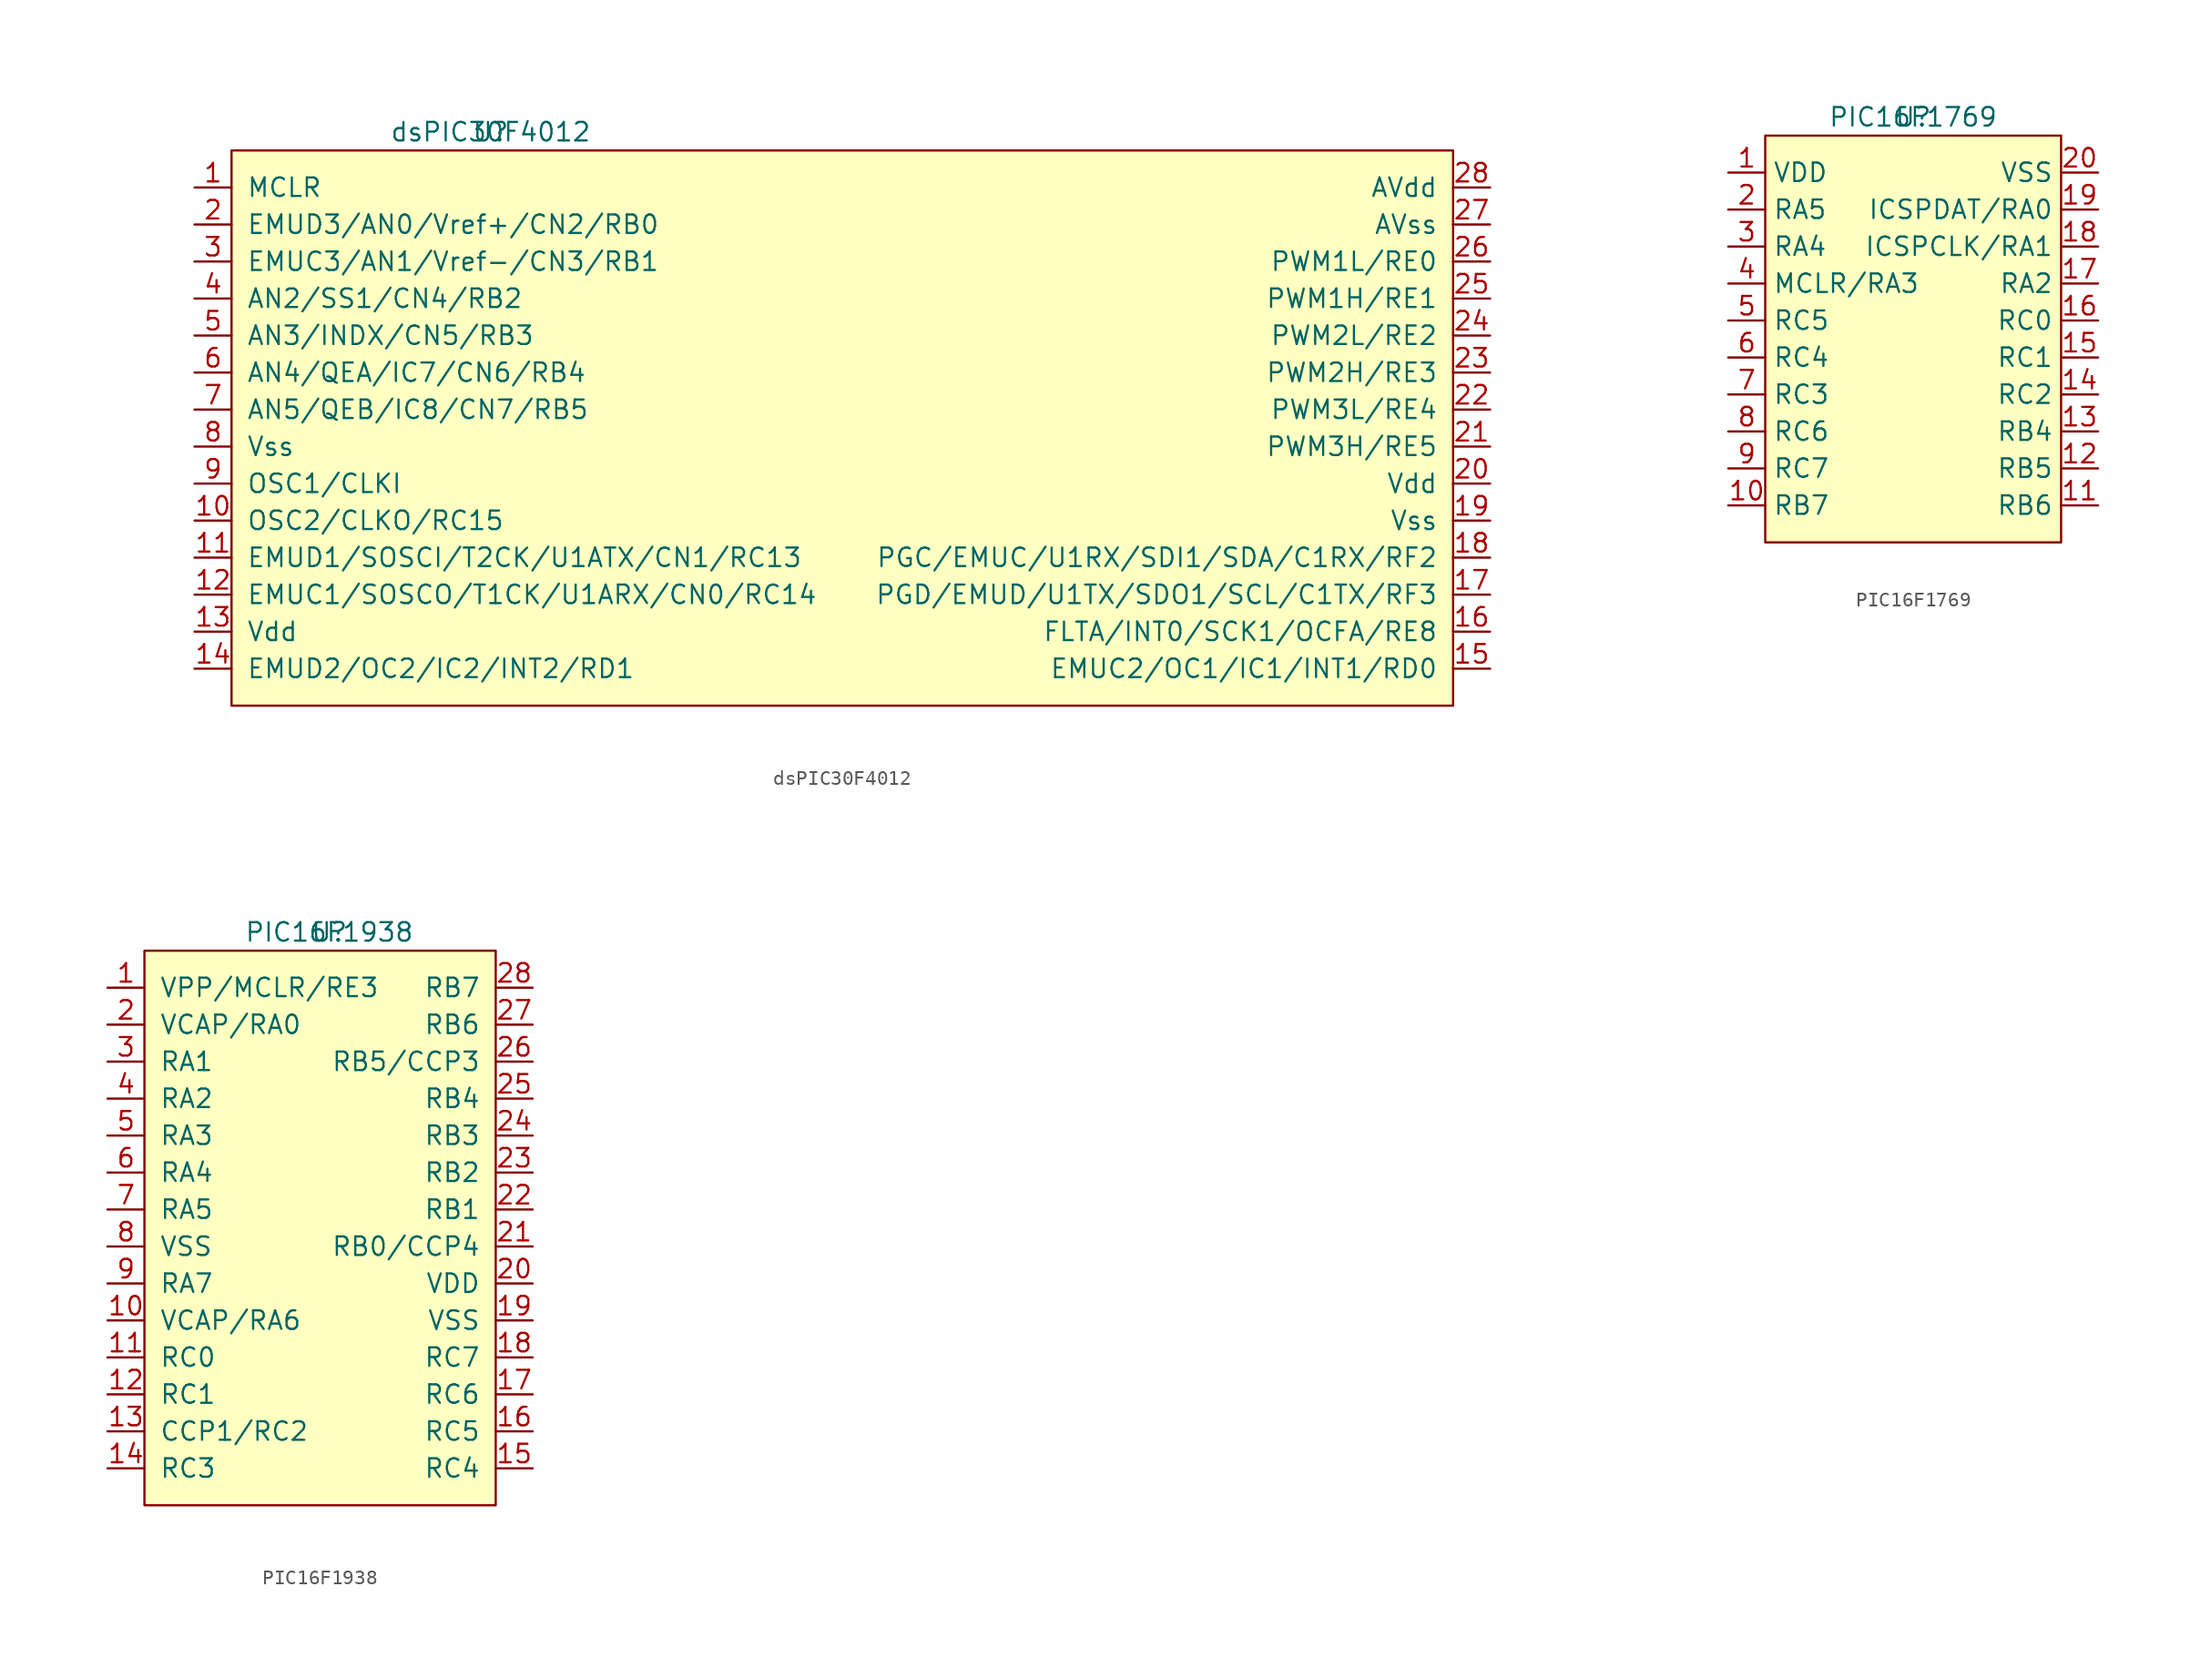
<source format=kicad_sym>
(kicad_symbol_lib
  (version 20211014)
  (generator kicad_symbol_editor)
  (symbol "dsPIC30F4012"
    (pin_names
      (offset 1.016))
    (property "Reference" "U"
      (at 0 0 0)
      (effects (font (size 1.27 1.27))))
    (property "Value" "dsPIC30F4012"
      (at 0 0 0)
      (effects (font (size 1.27 1.27))))
    (symbol "dsPIC30F4012_0_1"
      (rectangle (start -17.78 -1.27) (end 66.04 -39.37) (stroke (width 0) (type default) (color 0 0 0 0)) (fill (type background))))
    (symbol "dsPIC30F4012_1_1"
      (pin input line (at -20.32 -3.81 0) (length 2.54) (name "MCLR" (effects (font (size 1.27 1.27)))) (number "1" (effects (font (size 1.27 1.27)))))
      (pin bidirectional line (at -20.32 -26.67 0) (length 2.54) (name "OSC2/CLKO/RC15" (effects (font (size 1.27 1.27)))) (number "10" (effects (font (size 1.27 1.27)))))
      (pin bidirectional line (at -20.32 -29.21 0) (length 2.54) (name "EMUD1/SOSCI/T2CK/U1ATX/CN1/RC13" (effects (font (size 1.27 1.27)))) (number "11" (effects (font (size 1.27 1.27)))))
      (pin bidirectional line (at -20.32 -31.75 0) (length 2.54) (name "EMUC1/SOSCO/T1CK/U1ARX/CN0/RC14" (effects (font (size 1.27 1.27)))) (number "12" (effects (font (size 1.27 1.27)))))
      (pin power_in line (at -20.32 -34.29 0) (length 2.54) (name "Vdd" (effects (font (size 1.27 1.27)))) (number "13" (effects (font (size 1.27 1.27)))))
      (pin bidirectional line (at -20.32 -36.83 0) (length 2.54) (name "EMUD2/OC2/IC2/INT2/RD1" (effects (font (size 1.27 1.27)))) (number "14" (effects (font (size 1.27 1.27)))))
      (pin bidirectional line (at 68.58 -36.83 180) (length 2.54) (name "EMUC2/OC1/IC1/INT1/RD0" (effects (font (size 1.27 1.27)))) (number "15" (effects (font (size 1.27 1.27)))))
      (pin bidirectional line (at 68.58 -34.29 180) (length 2.54) (name "FLTA/INT0/SCK1/OCFA/RE8" (effects (font (size 1.27 1.27)))) (number "16" (effects (font (size 1.27 1.27)))))
      (pin bidirectional line (at 68.58 -31.75 180) (length 2.54) (name "PGD/EMUD/U1TX/SDO1/SCL/C1TX/RF3" (effects (font (size 1.27 1.27)))) (number "17" (effects (font (size 1.27 1.27)))))
      (pin bidirectional line (at 68.58 -29.21 180) (length 2.54) (name "PGC/EMUC/U1RX/SDI1/SDA/C1RX/RF2" (effects (font (size 1.27 1.27)))) (number "18" (effects (font (size 1.27 1.27)))))
      (pin power_in line (at 68.58 -26.67 180) (length 2.54) (name "Vss" (effects (font (size 1.27 1.27)))) (number "19" (effects (font (size 1.27 1.27)))))
      (pin bidirectional line (at -20.32 -6.35 0) (length 2.54) (name "EMUD3/AN0/Vref+/CN2/RB0" (effects (font (size 1.27 1.27)))) (number "2" (effects (font (size 1.27 1.27)))))
      (pin power_in line (at 68.58 -24.13 180) (length 2.54) (name "Vdd" (effects (font (size 1.27 1.27)))) (number "20" (effects (font (size 1.27 1.27)))))
      (pin bidirectional line (at 68.58 -21.59 180) (length 2.54) (name "PWM3H/RE5" (effects (font (size 1.27 1.27)))) (number "21" (effects (font (size 1.27 1.27)))))
      (pin bidirectional line (at 68.58 -19.05 180) (length 2.54) (name "PWM3L/RE4" (effects (font (size 1.27 1.27)))) (number "22" (effects (font (size 1.27 1.27)))))
      (pin bidirectional line (at 68.58 -16.51 180) (length 2.54) (name "PWM2H/RE3" (effects (font (size 1.27 1.27)))) (number "23" (effects (font (size 1.27 1.27)))))
      (pin bidirectional line (at 68.58 -13.97 180) (length 2.54) (name "PWM2L/RE2" (effects (font (size 1.27 1.27)))) (number "24" (effects (font (size 1.27 1.27)))))
      (pin bidirectional line (at 68.58 -11.43 180) (length 2.54) (name "PWM1H/RE1" (effects (font (size 1.27 1.27)))) (number "25" (effects (font (size 1.27 1.27)))))
      (pin bidirectional line (at 68.58 -8.89 180) (length 2.54) (name "PWM1L/RE0" (effects (font (size 1.27 1.27)))) (number "26" (effects (font (size 1.27 1.27)))))
      (pin power_in line (at 68.58 -6.35 180) (length 2.54) (name "AVss" (effects (font (size 1.27 1.27)))) (number "27" (effects (font (size 1.27 1.27)))))
      (pin power_in line (at 68.58 -3.81 180) (length 2.54) (name "AVdd" (effects (font (size 1.27 1.27)))) (number "28" (effects (font (size 1.27 1.27)))))
      (pin bidirectional line (at -20.32 -8.89 0) (length 2.54) (name "EMUC3/AN1/Vref-/CN3/RB1" (effects (font (size 1.27 1.27)))) (number "3" (effects (font (size 1.27 1.27)))))
      (pin bidirectional line (at -20.32 -11.43 0) (length 2.54) (name "AN2/SS1/CN4/RB2" (effects (font (size 1.27 1.27)))) (number "4" (effects (font (size 1.27 1.27)))))
      (pin bidirectional line (at -20.32 -13.97 0) (length 2.54) (name "AN3/INDX/CN5/RB3" (effects (font (size 1.27 1.27)))) (number "5" (effects (font (size 1.27 1.27)))))
      (pin bidirectional line (at -20.32 -16.51 0) (length 2.54) (name "AN4/QEA/IC7/CN6/RB4" (effects (font (size 1.27 1.27)))) (number "6" (effects (font (size 1.27 1.27)))))
      (pin bidirectional line (at -20.32 -19.05 0) (length 2.54) (name "AN5/QEB/IC8/CN7/RB5" (effects (font (size 1.27 1.27)))) (number "7" (effects (font (size 1.27 1.27)))))
      (pin power_in line (at -20.32 -21.59 0) (length 2.54) (name "Vss" (effects (font (size 1.27 1.27)))) (number "8" (effects (font (size 1.27 1.27)))))
      (pin input line (at -20.32 -24.13 0) (length 2.54) (name "OSC1/CLKI" (effects (font (size 1.27 1.27)))) (number "9" (effects (font (size 1.27 1.27)))))))
  (symbol "PIC16F1769"
    (property "Reference" "U"
      (at 0 0 0)
      (effects (font (size 1.27 1.27))))
    (property "Value" "PIC16F1769"
      (at 0 0 0)
      (effects (font (size 1.27 1.27))))
    (symbol "PIC16F1769_0_1"
      (rectangle (start -10.16 -1.27) (end 10.16 -29.21) (stroke (width 0) (type default) (color 0 0 0 0)) (fill (type background))))
    (symbol "PIC16F1769_1_1"
      (pin power_in line (at -12.7 -3.81 0) (length 2.54) (name "VDD" (effects (font (size 1.27 1.27)))) (number "1" (effects (font (size 1.27 1.27)))))
      (pin tri_state line (at -12.7 -26.67 0) (length 2.54) (name "RB7" (effects (font (size 1.27 1.27)))) (number "10" (effects (font (size 1.27 1.27)))))
      (pin tri_state line (at 12.7 -26.67 180) (length 2.54) (name "RB6" (effects (font (size 1.27 1.27)))) (number "11" (effects (font (size 1.27 1.27)))))
      (pin tri_state line (at 12.7 -24.13 180) (length 2.54) (name "RB5" (effects (font (size 1.27 1.27)))) (number "12" (effects (font (size 1.27 1.27)))))
      (pin tri_state line (at 12.7 -21.59 180) (length 2.54) (name "RB4" (effects (font (size 1.27 1.27)))) (number "13" (effects (font (size 1.27 1.27)))))
      (pin tri_state line (at 12.7 -19.05 180) (length 2.54) (name "RC2" (effects (font (size 1.27 1.27)))) (number "14" (effects (font (size 1.27 1.27)))))
      (pin tri_state line (at 12.7 -16.51 180) (length 2.54) (name "RC1" (effects (font (size 1.27 1.27)))) (number "15" (effects (font (size 1.27 1.27)))))
      (pin tri_state line (at 12.7 -13.97 180) (length 2.54) (name "RC0" (effects (font (size 1.27 1.27)))) (number "16" (effects (font (size 1.27 1.27)))))
      (pin tri_state line (at 12.7 -11.43 180) (length 2.54) (name "RA2" (effects (font (size 1.27 1.27)))) (number "17" (effects (font (size 1.27 1.27)))))
      (pin tri_state line (at 12.7 -8.89 180) (length 2.54) (name "ICSPCLK/RA1" (effects (font (size 1.27 1.27)))) (number "18" (effects (font (size 1.27 1.27)))))
      (pin tri_state line (at 12.7 -6.35 180) (length 2.54) (name "ICSPDAT/RA0" (effects (font (size 1.27 1.27)))) (number "19" (effects (font (size 1.27 1.27)))))
      (pin tri_state line (at -12.7 -6.35 0) (length 2.54) (name "RA5" (effects (font (size 1.27 1.27)))) (number "2" (effects (font (size 1.27 1.27)))))
      (pin power_in line (at 12.7 -3.81 180) (length 2.54) (name "VSS" (effects (font (size 1.27 1.27)))) (number "20" (effects (font (size 1.27 1.27)))))
      (pin tri_state line (at -12.7 -8.89 0) (length 2.54) (name "RA4" (effects (font (size 1.27 1.27)))) (number "3" (effects (font (size 1.27 1.27)))))
      (pin tri_state line (at -12.7 -11.43 0) (length 2.54) (name "MCLR/RA3" (effects (font (size 1.27 1.27)))) (number "4" (effects (font (size 1.27 1.27)))))
      (pin tri_state line (at -12.7 -13.97 0) (length 2.54) (name "RC5" (effects (font (size 1.27 1.27)))) (number "5" (effects (font (size 1.27 1.27)))))
      (pin tri_state line (at -12.7 -16.51 0) (length 2.54) (name "RC4" (effects (font (size 1.27 1.27)))) (number "6" (effects (font (size 1.27 1.27)))))
      (pin tri_state line (at -12.7 -19.05 0) (length 2.54) (name "RC3" (effects (font (size 1.27 1.27)))) (number "7" (effects (font (size 1.27 1.27)))))
      (pin tri_state line (at -12.7 -21.59 0) (length 2.54) (name "RC6" (effects (font (size 1.27 1.27)))) (number "8" (effects (font (size 1.27 1.27)))))
      (pin tri_state line (at -12.7 -24.13 0) (length 2.54) (name "RC7" (effects (font (size 1.27 1.27)))) (number "9" (effects (font (size 1.27 1.27)))))))
  (symbol "PIC16F1938"
    (pin_names
      (offset 1.016))
    (property "Reference" "U"
      (at 0 0 0)
      (effects (font (size 1.27 1.27))))
    (property "Value" "PIC16F1938"
      (at 0 0 0)
      (effects (font (size 1.27 1.27))))
    (symbol "PIC16F1938_0_1"
      (rectangle (start -12.7 -1.27) (end 11.43 -39.37) (stroke (width 0) (type default) (color 0 0 0 0)) (fill (type background))))
    (symbol "PIC16F1938_1_1"
      (pin input line (at -15.24 -3.81 0) (length 2.54) (name "VPP/MCLR/RE3" (effects (font (size 1.27 1.27)))) (number "1" (effects (font (size 1.27 1.27)))))
      (pin bidirectional line (at -15.24 -26.67 0) (length 2.54) (name "VCAP/RA6" (effects (font (size 1.27 1.27)))) (number "10" (effects (font (size 1.27 1.27)))))
      (pin bidirectional line (at -15.24 -29.21 0) (length 2.54) (name "RC0" (effects (font (size 1.27 1.27)))) (number "11" (effects (font (size 1.27 1.27)))))
      (pin bidirectional line (at -15.24 -31.75 0) (length 2.54) (name "RC1" (effects (font (size 1.27 1.27)))) (number "12" (effects (font (size 1.27 1.27)))))
      (pin bidirectional line (at -15.24 -34.29 0) (length 2.54) (name "CCP1/RC2" (effects (font (size 1.27 1.27)))) (number "13" (effects (font (size 1.27 1.27)))))
      (pin bidirectional line (at -15.24 -36.83 0) (length 2.54) (name "RC3" (effects (font (size 1.27 1.27)))) (number "14" (effects (font (size 1.27 1.27)))))
      (pin bidirectional line (at 13.97 -36.83 180) (length 2.54) (name "RC4" (effects (font (size 1.27 1.27)))) (number "15" (effects (font (size 1.27 1.27)))))
      (pin bidirectional line (at 13.97 -34.29 180) (length 2.54) (name "RC5" (effects (font (size 1.27 1.27)))) (number "16" (effects (font (size 1.27 1.27)))))
      (pin bidirectional line (at 13.97 -31.75 180) (length 2.54) (name "RC6" (effects (font (size 1.27 1.27)))) (number "17" (effects (font (size 1.27 1.27)))))
      (pin bidirectional line (at 13.97 -29.21 180) (length 2.54) (name "RC7" (effects (font (size 1.27 1.27)))) (number "18" (effects (font (size 1.27 1.27)))))
      (pin power_in line (at 13.97 -26.67 180) (length 2.54) (name "VSS" (effects (font (size 1.27 1.27)))) (number "19" (effects (font (size 1.27 1.27)))))
      (pin bidirectional line (at -15.24 -6.35 0) (length 2.54) (name "VCAP/RA0" (effects (font (size 1.27 1.27)))) (number "2" (effects (font (size 1.27 1.27)))))
      (pin power_in line (at 13.97 -24.13 180) (length 2.54) (name "VDD" (effects (font (size 1.27 1.27)))) (number "20" (effects (font (size 1.27 1.27)))))
      (pin bidirectional line (at 13.97 -21.59 180) (length 2.54) (name "RB0/CCP4" (effects (font (size 1.27 1.27)))) (number "21" (effects (font (size 1.27 1.27)))))
      (pin bidirectional line (at 13.97 -19.05 180) (length 2.54) (name "RB1" (effects (font (size 1.27 1.27)))) (number "22" (effects (font (size 1.27 1.27)))))
      (pin bidirectional line (at 13.97 -16.51 180) (length 2.54) (name "RB2" (effects (font (size 1.27 1.27)))) (number "23" (effects (font (size 1.27 1.27)))))
      (pin bidirectional line (at 13.97 -13.97 180) (length 2.54) (name "RB3" (effects (font (size 1.27 1.27)))) (number "24" (effects (font (size 1.27 1.27)))))
      (pin bidirectional line (at 13.97 -11.43 180) (length 2.54) (name "RB4" (effects (font (size 1.27 1.27)))) (number "25" (effects (font (size 1.27 1.27)))))
      (pin bidirectional line (at 13.97 -8.89 180) (length 2.54) (name "RB5/CCP3" (effects (font (size 1.27 1.27)))) (number "26" (effects (font (size 1.27 1.27)))))
      (pin bidirectional line (at 13.97 -6.35 180) (length 2.54) (name "RB6" (effects (font (size 1.27 1.27)))) (number "27" (effects (font (size 1.27 1.27)))))
      (pin bidirectional line (at 13.97 -3.81 180) (length 2.54) (name "RB7" (effects (font (size 1.27 1.27)))) (number "28" (effects (font (size 1.27 1.27)))))
      (pin bidirectional line (at -15.24 -8.89 0) (length 2.54) (name "RA1" (effects (font (size 1.27 1.27)))) (number "3" (effects (font (size 1.27 1.27)))))
      (pin bidirectional line (at -15.24 -11.43 0) (length 2.54) (name "RA2" (effects (font (size 1.27 1.27)))) (number "4" (effects (font (size 1.27 1.27)))))
      (pin bidirectional line (at -15.24 -13.97 0) (length 2.54) (name "RA3" (effects (font (size 1.27 1.27)))) (number "5" (effects (font (size 1.27 1.27)))))
      (pin bidirectional line (at -15.24 -16.51 0) (length 2.54) (name "RA4" (effects (font (size 1.27 1.27)))) (number "6" (effects (font (size 1.27 1.27)))))
      (pin bidirectional line (at -15.24 -19.05 0) (length 2.54) (name "RA5" (effects (font (size 1.27 1.27)))) (number "7" (effects (font (size 1.27 1.27)))))
      (pin power_in line (at -15.24 -21.59 0) (length 2.54) (name "VSS" (effects (font (size 1.27 1.27)))) (number "8" (effects (font (size 1.27 1.27)))))
      (pin bidirectional line (at -15.24 -24.13 0) (length 2.54) (name "RA7" (effects (font (size 1.27 1.27)))) (number "9" (effects (font (size 1.27 1.27))))))))
</source>
